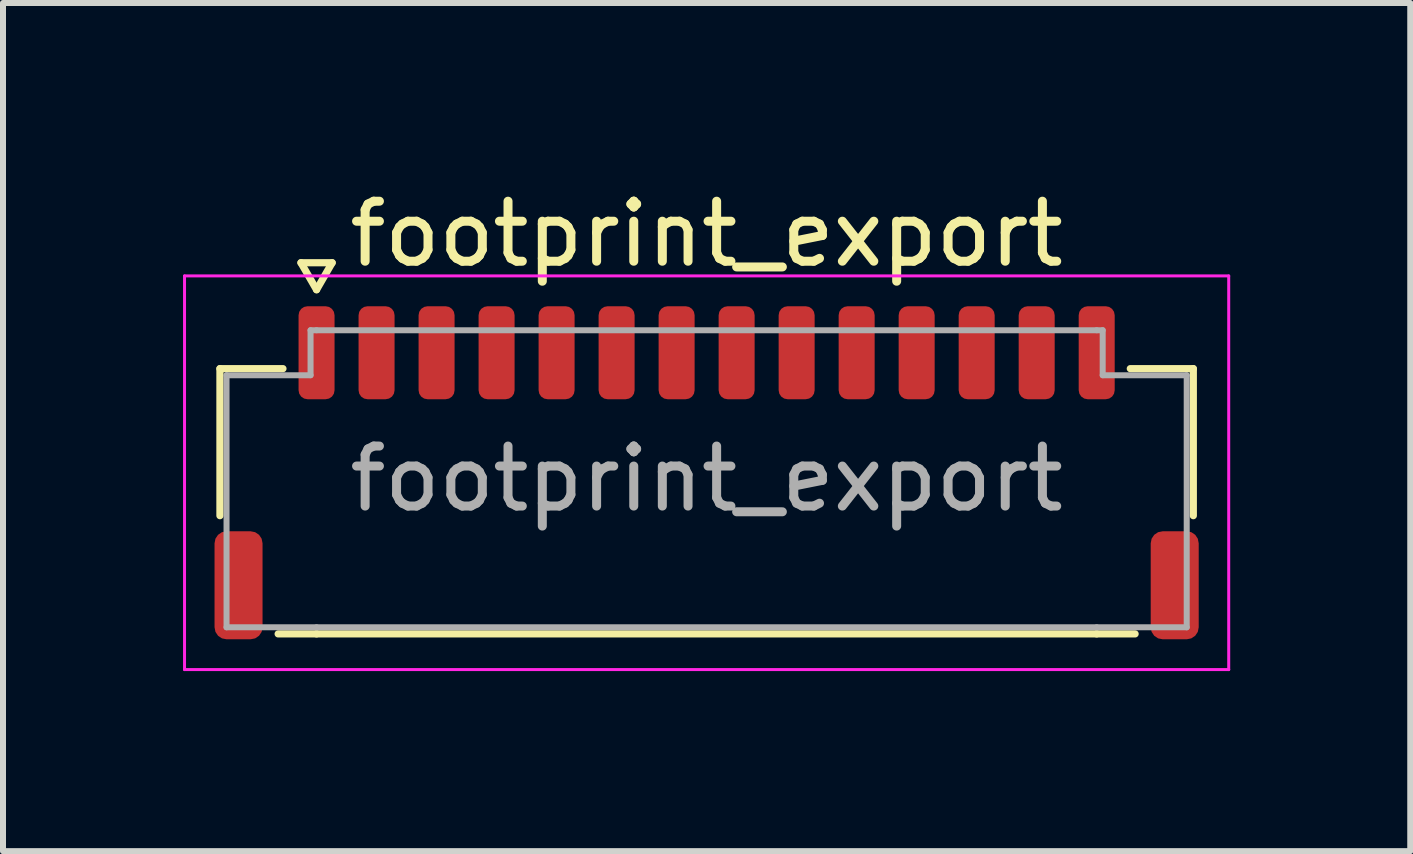
<source format=kicad_pcb>
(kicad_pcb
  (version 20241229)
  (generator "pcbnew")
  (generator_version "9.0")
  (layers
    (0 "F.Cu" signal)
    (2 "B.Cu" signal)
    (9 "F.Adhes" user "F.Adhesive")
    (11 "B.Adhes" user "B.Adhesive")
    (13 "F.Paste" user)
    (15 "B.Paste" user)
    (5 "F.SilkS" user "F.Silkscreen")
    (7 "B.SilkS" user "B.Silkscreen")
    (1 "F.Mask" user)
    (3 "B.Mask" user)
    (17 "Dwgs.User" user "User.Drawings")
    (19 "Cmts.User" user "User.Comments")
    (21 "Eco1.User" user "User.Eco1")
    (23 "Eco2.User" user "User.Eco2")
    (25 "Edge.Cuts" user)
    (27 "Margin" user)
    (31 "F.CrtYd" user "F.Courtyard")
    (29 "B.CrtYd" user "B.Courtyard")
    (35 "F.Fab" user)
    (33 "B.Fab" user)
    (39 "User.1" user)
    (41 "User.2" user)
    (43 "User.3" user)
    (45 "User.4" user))
  (footprint "footprint_export"
    (layer "F.Cu")
    (at 8.725 4.928)
    (property "Reference" "footprint_export" (at 0 -4.08 0) (layer "F.SilkS") (effects (font (size 1 1) (thickness 0.15))))
    (attr smd)
    (fp_line (start -8.11 -1.835) (end -7.06 -1.835) (stroke (width 0.12) (type solid)) (layer "F.SilkS"))
    (fp_line (start -8.11 0.615) (end -8.11 -1.835) (stroke (width 0.12) (type solid)) (layer "F.SilkS"))
    (fp_line (start -6.76 -3.6) (end -6.5 -3.15) (stroke (width 0.12) (type solid)) (layer "F.SilkS"))
    (fp_line (start -6.5 -3.15) (end -6.24 -3.6) (stroke (width 0.12) (type solid)) (layer "F.SilkS"))
    (fp_line (start -6.5 2.585) (end -7.14 2.585) (stroke (width 0.12) (type solid)) (layer "F.SilkS"))
    (fp_line (start -6.24 -3.6) (end -6.76 -3.6) (stroke (width 0.12) (type solid)) (layer "F.SilkS"))
    (fp_line (start 6.5 2.585) (end -6.5 2.585) (stroke (width 0.12) (type solid)) (layer "F.SilkS"))
    (fp_line (start 7.06 -1.835) (end 8.11 -1.835) (stroke (width 0.12) (type solid)) (layer "F.SilkS"))
    (fp_line (start 7.14 2.585) (end 6.5 2.585) (stroke (width 0.12) (type solid)) (layer "F.SilkS"))
    (fp_line (start 8.11 -1.835) (end 8.11 0.615) (stroke (width 0.12) (type solid)) (layer "F.SilkS"))
    (fp_line (start -8.7 -3.38) (end -8.7 3.18) (stroke (width 0.05) (type solid)) (layer "F.CrtYd"))
    (fp_line (start -8.7 3.18) (end 8.7 3.18) (stroke (width 0.05) (type solid)) (layer "F.CrtYd"))
    (fp_line (start 8.7 -3.38) (end -8.7 -3.38) (stroke (width 0.05) (type solid)) (layer "F.CrtYd"))
    (fp_line (start 8.7 3.18) (end 8.7 -3.38) (stroke (width 0.05) (type solid)) (layer "F.CrtYd"))
    (fp_line (start -8 -1.725) (end -6.6 -1.725) (stroke (width 0.1) (type solid)) (layer "F.Fab"))
    (fp_line (start -8 2.475) (end -8 -1.725) (stroke (width 0.1) (type solid)) (layer "F.Fab"))
    (fp_line (start -6.6 -2.475) (end -6.5 -2.475) (stroke (width 0.1) (type solid)) (layer "F.Fab"))
    (fp_line (start -6.6 -1.725) (end -6.6 -2.475) (stroke (width 0.1) (type solid)) (layer "F.Fab"))
    (fp_line (start -6.5 -2.475) (end 6.5 -2.475) (stroke (width 0.1) (type solid)) (layer "F.Fab"))
    (fp_line (start -6.5 2.475) (end -8 2.475) (stroke (width 0.1) (type solid)) (layer "F.Fab"))
    (fp_line (start 6.5 -2.475) (end 6.6 -2.475) (stroke (width 0.1) (type solid)) (layer "F.Fab"))
    (fp_line (start 6.5 2.475) (end -6.5 2.475) (stroke (width 0.1) (type solid)) (layer "F.Fab"))
    (fp_line (start 6.6 -2.475) (end 6.6 -1.725) (stroke (width 0.1) (type solid)) (layer "F.Fab"))
    (fp_line (start 6.6 -1.725) (end 8 -1.725) (stroke (width 0.1) (type solid)) (layer "F.Fab"))
    (fp_line (start 8 -1.725) (end 8 2.475) (stroke (width 0.1) (type solid)) (layer "F.Fab"))
    (fp_line (start 8 2.475) (end 6.5 2.475) (stroke (width 0.1) (type solid)) (layer "F.Fab"))
    (fp_text user "${REFERENCE}" (at 0 0 0) (layer "F.Fab") (effects (font (size 1 1) (thickness 0.15))))
    (pad "1" smd roundrect (at -6.5 -2.1) (size 0.6 1.55) (layers "F.Cu" "F.Mask" "F.Paste") (roundrect_rratio 0.25))
    (pad "2" smd roundrect (at -5.5 -2.1) (size 0.6 1.55) (layers "F.Cu" "F.Mask" "F.Paste") (roundrect_rratio 0.25))
    (pad "3" smd roundrect (at -4.5 -2.1) (size 0.6 1.55) (layers "F.Cu" "F.Mask" "F.Paste") (roundrect_rratio 0.25))
    (pad "4" smd roundrect (at -3.5 -2.1) (size 0.6 1.55) (layers "F.Cu" "F.Mask" "F.Paste") (roundrect_rratio 0.25))
    (pad "5" smd roundrect (at -2.5 -2.1) (size 0.6 1.55) (layers "F.Cu" "F.Mask" "F.Paste") (roundrect_rratio 0.25))
    (pad "6" smd roundrect (at -1.5 -2.1) (size 0.6 1.55) (layers "F.Cu" "F.Mask" "F.Paste") (roundrect_rratio 0.25))
    (pad "7" smd roundrect (at -0.5 -2.1) (size 0.6 1.55) (layers "F.Cu" "F.Mask" "F.Paste") (roundrect_rratio 0.25))
    (pad "8" smd roundrect (at 0.5 -2.1) (size 0.6 1.55) (layers "F.Cu" "F.Mask" "F.Paste") (roundrect_rratio 0.25))
    (pad "9" smd roundrect (at 1.5 -2.1) (size 0.6 1.55) (layers "F.Cu" "F.Mask" "F.Paste") (roundrect_rratio 0.25))
    (pad "10" smd roundrect (at 2.5 -2.1) (size 0.6 1.55) (layers "F.Cu" "F.Mask" "F.Paste") (roundrect_rratio 0.25))
    (pad "11" smd roundrect (at 3.5 -2.1) (size 0.6 1.55) (layers "F.Cu" "F.Mask" "F.Paste") (roundrect_rratio 0.25))
    (pad "12" smd roundrect (at 4.5 -2.1) (size 0.6 1.55) (layers "F.Cu" "F.Mask" "F.Paste") (roundrect_rratio 0.25))
    (pad "13" smd roundrect (at 5.5 -2.1) (size 0.6 1.55) (layers "F.Cu" "F.Mask" "F.Paste") (roundrect_rratio 0.25))
    (pad "14" smd roundrect (at 6.5 -2.1) (size 0.6 1.55) (layers "F.Cu" "F.Mask" "F.Paste") (roundrect_rratio 0.25))
    (pad "MP" smd roundrect (at -7.8 1.775) (size 0.8 1.8) (layers "F.Cu" "F.Mask" "F.Paste") (roundrect_rratio 0.25))
    (pad "MP" smd roundrect (at 7.8 1.775) (size 0.8 1.8) (layers "F.Cu" "F.Mask" "F.Paste") (roundrect_rratio 0.25)))
  (gr_rect
    (start -3 -3)
    (end 20.45 11.133)
    (stroke (width 0.1) (type default))
    (fill no)
    (layer "Edge.Cuts")))
</source>
